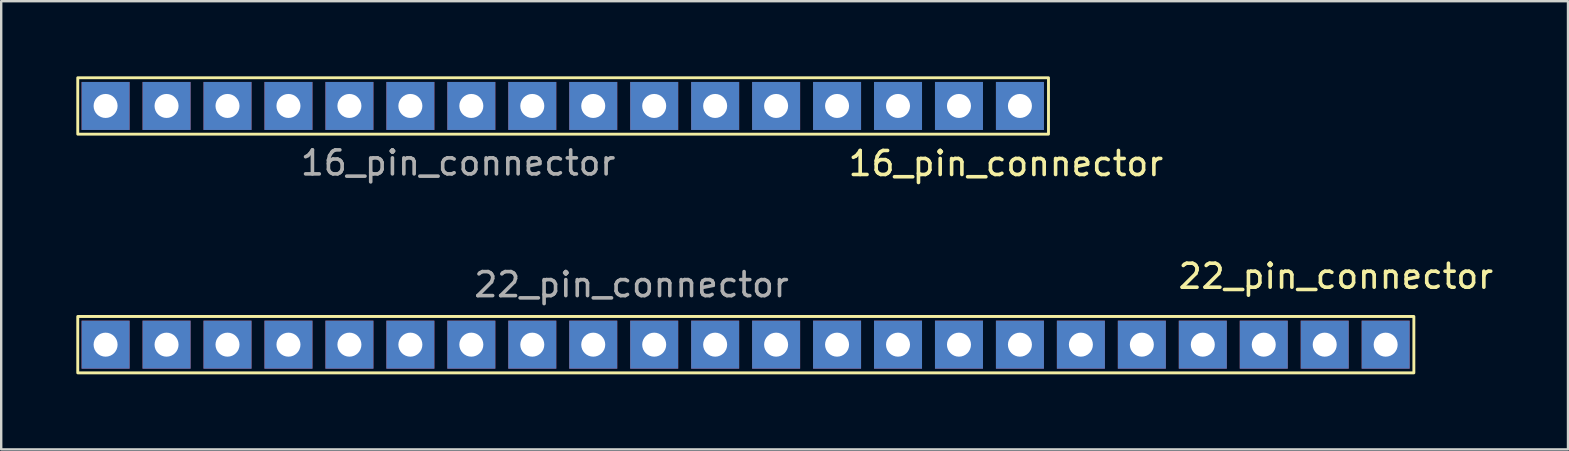
<source format=kicad_pcb>
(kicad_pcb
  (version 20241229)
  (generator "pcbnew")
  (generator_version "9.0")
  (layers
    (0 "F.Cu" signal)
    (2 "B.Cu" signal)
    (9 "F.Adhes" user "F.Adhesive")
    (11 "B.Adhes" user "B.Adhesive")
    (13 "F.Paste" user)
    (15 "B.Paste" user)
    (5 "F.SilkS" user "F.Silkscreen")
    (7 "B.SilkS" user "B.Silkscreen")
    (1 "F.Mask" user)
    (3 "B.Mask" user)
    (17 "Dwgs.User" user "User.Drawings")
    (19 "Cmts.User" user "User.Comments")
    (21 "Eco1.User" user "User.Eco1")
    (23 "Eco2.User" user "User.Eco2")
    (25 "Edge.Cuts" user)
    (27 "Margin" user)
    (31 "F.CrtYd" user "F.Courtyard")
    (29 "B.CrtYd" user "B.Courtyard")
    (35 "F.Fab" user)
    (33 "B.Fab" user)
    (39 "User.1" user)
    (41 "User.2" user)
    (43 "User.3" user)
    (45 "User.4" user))
  (footprint "16_pin_connector"
    (layer "F.Cu")
    (at 20.39 1.34)
    (property "Reference" "16_pin_connector" (at 18.475 2.425 0) (unlocked yes) (layer "F.SilkS") (effects (font (size 1 1) (thickness 0.15))))
    (attr through_hole)
    (fp_rect (start -20.2 -1.15) (end 20.25 1.2) (stroke (width 0.12) (type solid)) (fill no) (layer "F.SilkS"))
    (fp_rect (start -20.35 -1.3) (end 20.41 1.35) (stroke (width 0.08) (type solid)) (fill no) (layer "Margin"))
    (fp_text user "${REFERENCE}" (at -4.35 2.4 0) (unlocked yes) (layer "F.Fab") (effects (font (size 1 1) (thickness 0.15))))
    (pad "1" thru_hole rect (at -19.04 0.025) (size 2 2) (drill 1) (layers "*.Cu" "*.Mask"))
    (pad "2" thru_hole rect (at -16.5 0.025) (size 2 2) (drill 1) (layers "*.Cu" "*.Mask"))
    (pad "3" thru_hole rect (at -13.96 0.025) (size 2 2) (drill 1) (layers "*.Cu" "*.Mask"))
    (pad "4" thru_hole rect (at -11.42 0.025) (size 2 2) (drill 1) (layers "*.Cu" "*.Mask"))
    (pad "5" thru_hole rect (at -8.88 0.025) (size 2 2) (drill 1) (layers "*.Cu" "*.Mask"))
    (pad "6" thru_hole rect (at -6.34 0.025) (size 2 2) (drill 1) (layers "*.Cu" "*.Mask"))
    (pad "7" thru_hole rect (at -3.8 0.025) (size 2 2) (drill 1) (layers "*.Cu" "*.Mask"))
    (pad "8" thru_hole rect (at -1.26 0.025) (size 2 2) (drill 1) (layers "*.Cu" "*.Mask"))
    (pad "9" thru_hole rect (at 1.28 0.025) (size 2 2) (drill 1) (layers "*.Cu" "*.Mask"))
    (pad "10" thru_hole rect (at 3.82 0.025) (size 2 2) (drill 1) (layers "*.Cu" "*.Mask"))
    (pad "11" thru_hole rect (at 6.36 0.025) (size 2 2) (drill 1) (layers "*.Cu" "*.Mask"))
    (pad "12" thru_hole rect (at 8.9 0.025 180) (size 2 2) (drill 1) (layers "*.Cu" "*.Mask"))
    (pad "13" thru_hole rect (at 11.44 0.025 180) (size 2 2) (drill 1) (layers "*.Cu" "*.Mask"))
    (pad "14" thru_hole rect (at 13.98 0.025 180) (size 2 2) (drill 1) (layers "*.Cu" "*.Mask"))
    (pad "15" thru_hole rect (at 16.52 0.025 270) (size 2 2) (drill 1) (layers "*.Cu" "*.Mask"))
    (pad "16" thru_hole rect (at 19.06 0.025 180) (size 2 2) (drill 1) (layers "*.Cu" "*.Mask")))
  (footprint "22_pin_connector"
    (layer "F.Cu")
    (at 28.015 11.287)
    (property "Reference" "22_pin_connector" (at 24.6 -2.825 0) (unlocked yes) (layer "F.SilkS") (effects (font (size 1 1) (thickness 0.15))))
    (attr through_hole)
    (fp_rect (start -27.825 -1.15) (end 27.85 1.2) (stroke (width 0.12) (type solid)) (fill no) (layer "F.SilkS"))
    (fp_rect (start -27.975 -1.3) (end 27.985 1.35) (stroke (width 0.08) (type solid)) (fill no) (layer "Margin"))
    (fp_text user "${REFERENCE}" (at -4.75 -2.475 0) (unlocked yes) (layer "F.Fab") (effects (font (size 1 1) (thickness 0.15))))
    (pad "1" thru_hole rect (at -26.665 0.025) (size 2 2) (drill 1) (layers "*.Cu" "*.Mask"))
    (pad "2" thru_hole rect (at -24.125 0.025) (size 2 2) (drill 1) (layers "*.Cu" "*.Mask"))
    (pad "3" thru_hole rect (at -21.585 0.025) (size 2 2) (drill 1) (layers "*.Cu" "*.Mask"))
    (pad "4" thru_hole rect (at -19.045 0.025) (size 2 2) (drill 1) (layers "*.Cu" "*.Mask"))
    (pad "5" thru_hole rect (at -16.505 0.025) (size 2 2) (drill 1) (layers "*.Cu" "*.Mask"))
    (pad "6" thru_hole rect (at -13.965 0.025) (size 2 2) (drill 1) (layers "*.Cu" "*.Mask"))
    (pad "7" thru_hole rect (at -11.425 0.025) (size 2 2) (drill 1) (layers "*.Cu" "*.Mask"))
    (pad "8" thru_hole rect (at -8.885 0.025) (size 2 2) (drill 1) (layers "*.Cu" "*.Mask"))
    (pad "9" thru_hole rect (at -6.345 0.025) (size 2 2) (drill 1) (layers "*.Cu" "*.Mask"))
    (pad "10" thru_hole rect (at -3.805 0.025) (size 2 2) (drill 1) (layers "*.Cu" "*.Mask"))
    (pad "11" thru_hole rect (at -1.265 0.025) (size 2 2) (drill 1) (layers "*.Cu" "*.Mask"))
    (pad "12" thru_hole rect (at 1.275 0.025 180) (size 2 2) (drill 1) (layers "*.Cu" "*.Mask"))
    (pad "13" thru_hole rect (at 3.815 0.025 180) (size 2 2) (drill 1) (layers "*.Cu" "*.Mask"))
    (pad "14" thru_hole rect (at 6.355 0.025 180) (size 2 2) (drill 1) (layers "*.Cu" "*.Mask"))
    (pad "15" thru_hole rect (at 8.895 0.025 270) (size 2 2) (drill 1) (layers "*.Cu" "*.Mask"))
    (pad "16" thru_hole rect (at 11.435 0.025 180) (size 2 2) (drill 1) (layers "*.Cu" "*.Mask"))
    (pad "17" thru_hole rect (at 13.975 0.025 180) (size 2 2) (drill 1) (layers "*.Cu" "*.Mask"))
    (pad "18" thru_hole rect (at 16.515 0.025 180) (size 2 2) (drill 1) (layers "*.Cu" "*.Mask"))
    (pad "19" thru_hole rect (at 19.055 0.025 180) (size 2 2) (drill 1) (layers "*.Cu" "*.Mask"))
    (pad "20" thru_hole rect (at 21.595 0.025 180) (size 2 2) (drill 1) (layers "*.Cu" "*.Mask"))
    (pad "21" thru_hole rect (at 24.135 0.025 180) (size 2 2) (drill 1) (layers "*.Cu" "*.Mask"))
    (pad "22" thru_hole rect (at 26.675 0.025 180) (size 2 2) (drill 1) (layers "*.Cu" "*.Mask")))
  (gr_rect
    (start -3 -3)
    (end 62.288 15.677)
    (stroke (width 0.1) (type default))
    (fill no)
    (layer "Edge.Cuts")))
</source>
